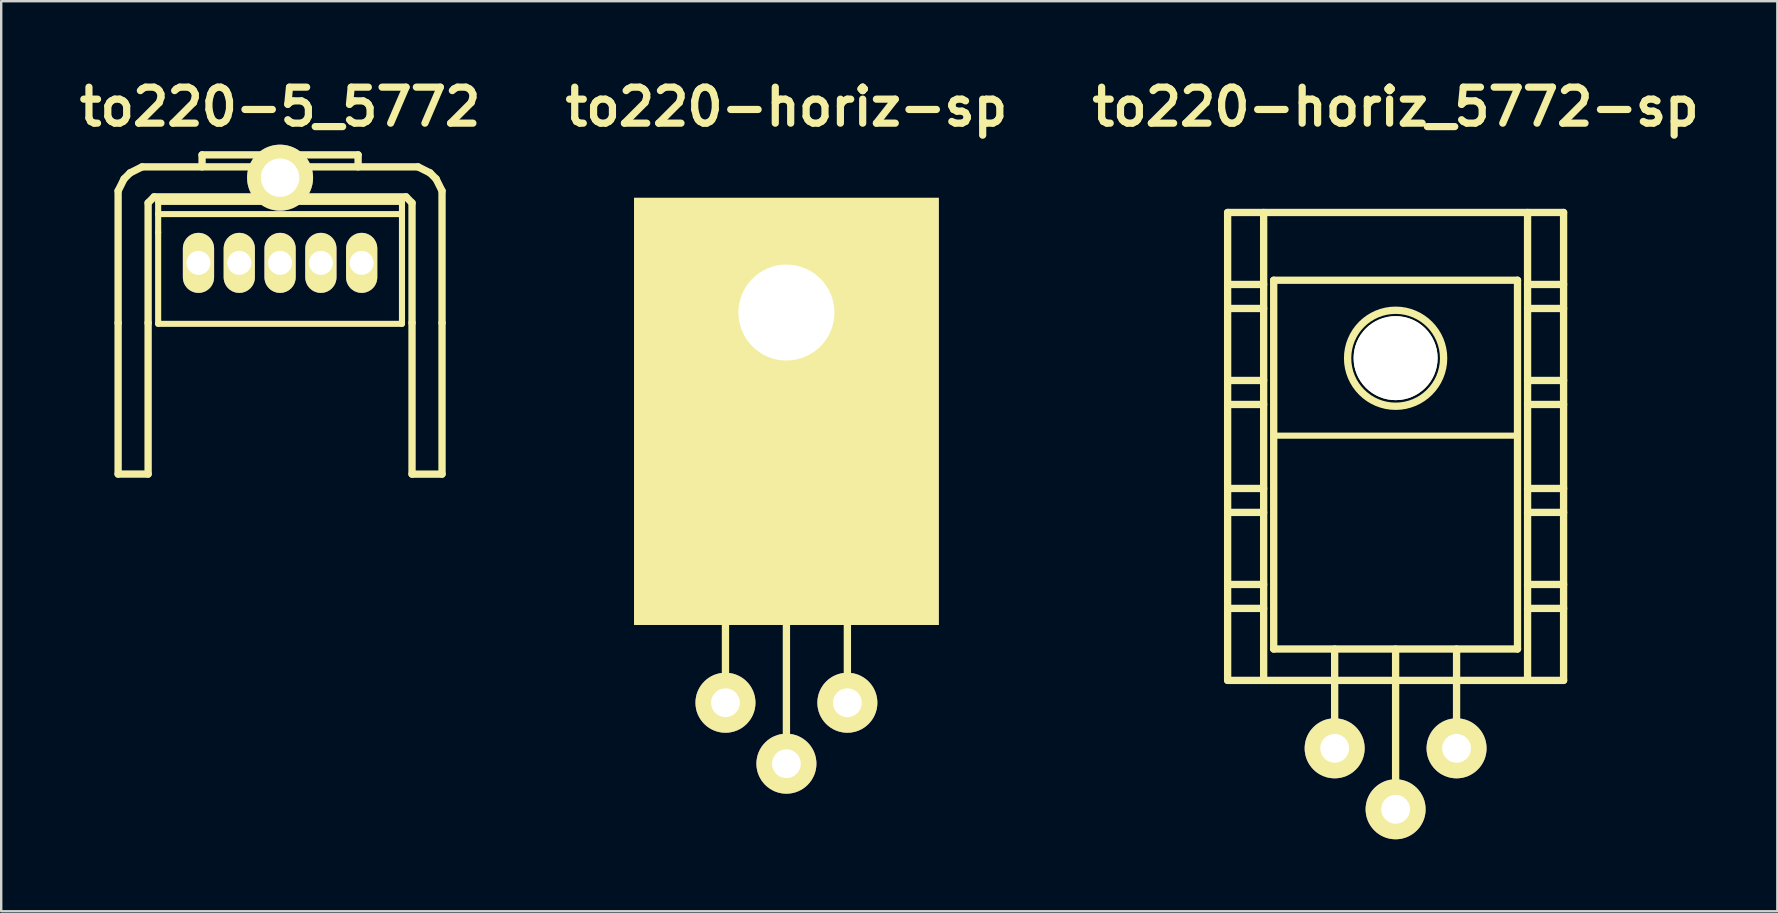
<source format=kicad_pcb>
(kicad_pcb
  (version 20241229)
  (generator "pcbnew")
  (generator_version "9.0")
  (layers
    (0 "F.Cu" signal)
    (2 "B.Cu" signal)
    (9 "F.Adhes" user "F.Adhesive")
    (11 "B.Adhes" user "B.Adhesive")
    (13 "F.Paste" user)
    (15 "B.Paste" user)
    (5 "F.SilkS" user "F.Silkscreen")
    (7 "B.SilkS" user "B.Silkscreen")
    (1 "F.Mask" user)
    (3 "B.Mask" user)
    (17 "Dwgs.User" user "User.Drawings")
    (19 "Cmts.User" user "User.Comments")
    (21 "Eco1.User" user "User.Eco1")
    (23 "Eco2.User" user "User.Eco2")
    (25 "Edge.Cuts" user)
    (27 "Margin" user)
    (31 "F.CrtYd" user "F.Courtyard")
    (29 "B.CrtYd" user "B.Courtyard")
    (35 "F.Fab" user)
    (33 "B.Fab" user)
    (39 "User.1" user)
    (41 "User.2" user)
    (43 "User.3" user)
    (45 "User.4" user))
  (footprint "to220-5_5772"
    (layer "F.Cu")
    (at 8.621 7.904)
    (property "Reference" "to220-5_5772" (at 0 -6.5 0) (layer "F.SilkS") (effects (font (size 1.5 1.5) (thickness 0.3))))
    (attr through_hole)
    (fp_line (start -6.749 -3) (end -6.5 -3.5) (stroke (width 0.305) (type solid)) (layer "F.SilkS"))
    (fp_line (start -6.749 2.499) (end -6.749 -3) (stroke (width 0.305) (type solid)) (layer "F.SilkS"))
    (fp_line (start -6.749 2.499) (end -6.749 8.801) (stroke (width 0.305) (type solid)) (layer "F.SilkS"))
    (fp_line (start -6.5 -3.5) (end -6.251 -3.749) (stroke (width 0.305) (type solid)) (layer "F.SilkS"))
    (fp_line (start -6.251 -3.749) (end -5.751 -4) (stroke (width 0.305) (type solid)) (layer "F.SilkS"))
    (fp_line (start -5.499 -2.499) (end -5.25 -2.751) (stroke (width 0.305) (type solid)) (layer "F.SilkS"))
    (fp_line (start -5.499 2.499) (end -5.499 -2.499) (stroke (width 0.305) (type solid)) (layer "F.SilkS"))
    (fp_line (start -5.499 8.801) (end -6.749 8.801) (stroke (width 0.305) (type solid)) (layer "F.SilkS"))
    (fp_line (start -5.499 8.801) (end -5.499 2.499) (stroke (width 0.305) (type solid)) (layer "F.SilkS"))
    (fp_line (start -5.25 -2.751) (end 5.25 -2.751) (stroke (width 0.305) (type solid)) (layer "F.SilkS"))
    (fp_line (start -5.08 -2.54) (end -5.08 -1.27) (stroke (width 0.254) (type solid)) (layer "F.SilkS"))
    (fp_line (start -5.08 -2.032) (end 5.08 -2.032) (stroke (width 0.254) (type solid)) (layer "F.SilkS"))
    (fp_line (start -5.08 -1.27) (end -5.08 2.54) (stroke (width 0.254) (type solid)) (layer "F.SilkS"))
    (fp_line (start -5.08 2.54) (end 5.08 2.54) (stroke (width 0.254) (type solid)) (layer "F.SilkS"))
    (fp_line (start -3.251 -4.501) (end 3.251 -4.501) (stroke (width 0.305) (type solid)) (layer "F.SilkS"))
    (fp_line (start -3.251 -4) (end -3.251 -4.501) (stroke (width 0.305) (type solid)) (layer "F.SilkS"))
    (fp_line (start 3.251 -4.501) (end 3.251 -4) (stroke (width 0.305) (type solid)) (layer "F.SilkS"))
    (fp_line (start 5.08 -2.54) (end -5.08 -2.54) (stroke (width 0.254) (type solid)) (layer "F.SilkS"))
    (fp_line (start 5.08 2.54) (end 5.08 -2.54) (stroke (width 0.254) (type solid)) (layer "F.SilkS"))
    (fp_line (start 5.25 -2.751) (end 5.499 -2.499) (stroke (width 0.305) (type solid)) (layer "F.SilkS"))
    (fp_line (start 5.499 2.499) (end 5.499 -2.499) (stroke (width 0.305) (type solid)) (layer "F.SilkS"))
    (fp_line (start 5.499 8.801) (end 5.499 2.499) (stroke (width 0.305) (type solid)) (layer "F.SilkS"))
    (fp_line (start 5.751 -4) (end -5.751 -4) (stroke (width 0.305) (type solid)) (layer "F.SilkS"))
    (fp_line (start 5.751 -4) (end 6.251 -3.749) (stroke (width 0.305) (type solid)) (layer "F.SilkS"))
    (fp_line (start 6.251 -3.749) (end 6.5 -3.5) (stroke (width 0.305) (type solid)) (layer "F.SilkS"))
    (fp_line (start 6.5 -3.5) (end 6.749 -3) (stroke (width 0.305) (type solid)) (layer "F.SilkS"))
    (fp_line (start 6.749 2.499) (end 6.749 -3) (stroke (width 0.305) (type solid)) (layer "F.SilkS"))
    (fp_line (start 6.749 2.499) (end 6.749 8.801) (stroke (width 0.305) (type solid)) (layer "F.SilkS"))
    (fp_line (start 6.749 8.804) (end 5.499 8.804) (stroke (width 0.305) (type solid)) (layer "F.SilkS"))
    (pad "" thru_hole circle (at 0 -3.55) (size 2.75 2.75) (drill 1.6) (layers "*.Cu" "*.Mask" "F.SilkS"))
    (pad "1" thru_hole oval (at 3.4 0) (size 1.3 2.5) (drill 1) (layers "*.Cu" "*.Mask" "F.SilkS"))
    (pad "2" thru_hole oval (at 1.7 0) (size 1.3 2.5) (drill 1) (layers "*.Cu" "*.Mask" "F.SilkS"))
    (pad "3" thru_hole oval (at 0 0) (size 1.3 2.5) (drill 1) (layers "*.Cu" "*.Mask" "F.SilkS"))
    (pad "4" thru_hole oval (at -1.7 0) (size 1.3 2.5) (drill 1) (layers "*.Cu" "*.Mask" "F.SilkS"))
    (pad "5" thru_hole oval (at -3.4 0) (size 1.3 2.5) (drill 1) (layers "*.Cu" "*.Mask" "F.SilkS")))
  (footprint "to220-horiz_5772-sp"
    (layer "F.Cu")
    (at 55.107 19.804)
    (property "Reference" "to220-horiz_5772-sp" (at 0 -18.4 0) (layer "F.SilkS") (effects (font (size 1.5 1.5) (thickness 0.3))))
    (attr through_hole)
    (fp_line (start -7 -14) (end -7 5.499) (stroke (width 0.305) (type solid)) (layer "F.SilkS"))
    (fp_line (start -7 -11.001) (end -5.499 -11.001) (stroke (width 0.305) (type solid)) (layer "F.SilkS"))
    (fp_line (start -7 -10) (end -5.499 -10) (stroke (width 0.305) (type solid)) (layer "F.SilkS"))
    (fp_line (start -7 -7) (end -5.499 -7) (stroke (width 0.305) (type solid)) (layer "F.SilkS"))
    (fp_line (start -7 -5.999) (end -5.499 -5.999) (stroke (width 0.305) (type solid)) (layer "F.SilkS"))
    (fp_line (start -7 -2.499) (end -5.499 -2.499) (stroke (width 0.305) (type solid)) (layer "F.SilkS"))
    (fp_line (start -7 -1.501) (end -5.499 -1.501) (stroke (width 0.305) (type solid)) (layer "F.SilkS"))
    (fp_line (start -7 1.501) (end -5.499 1.501) (stroke (width 0.305) (type solid)) (layer "F.SilkS"))
    (fp_line (start -7 2.499) (end -5.499 2.499) (stroke (width 0.305) (type solid)) (layer "F.SilkS"))
    (fp_line (start -7 5.499) (end 7 5.499) (stroke (width 0.305) (type solid)) (layer "F.SilkS"))
    (fp_line (start -5.499 5.499) (end -5.499 -14) (stroke (width 0.305) (type solid)) (layer "F.SilkS"))
    (fp_line (start -5.08 -11.176) (end -5.08 4.191) (stroke (width 0.305) (type solid)) (layer "F.SilkS"))
    (fp_line (start -5.08 4.191) (end 5.08 4.191) (stroke (width 0.305) (type solid)) (layer "F.SilkS"))
    (fp_line (start -2.54 8.382) (end -2.54 4.191) (stroke (width 0.305) (type solid)) (layer "F.SilkS"))
    (fp_line (start 0 4.191) (end 0 10.922) (stroke (width 0.305) (type solid)) (layer "F.SilkS"))
    (fp_line (start 2.54 8.382) (end 2.54 4.191) (stroke (width 0.305) (type solid)) (layer "F.SilkS"))
    (fp_line (start 5.08 -11.176) (end -5.08 -11.176) (stroke (width 0.305) (type solid)) (layer "F.SilkS"))
    (fp_line (start 5.08 -4.699) (end -5.08 -4.699) (stroke (width 0.254) (type solid)) (layer "F.SilkS"))
    (fp_line (start 5.08 4.191) (end 5.08 -11.176) (stroke (width 0.305) (type solid)) (layer "F.SilkS"))
    (fp_line (start 5.499 -14) (end 5.499 5.499) (stroke (width 0.305) (type solid)) (layer "F.SilkS"))
    (fp_line (start 5.499 -11.001) (end 7 -11.001) (stroke (width 0.305) (type solid)) (layer "F.SilkS"))
    (fp_line (start 5.499 -10) (end 7 -10) (stroke (width 0.305) (type solid)) (layer "F.SilkS"))
    (fp_line (start 5.499 -7) (end 7 -7) (stroke (width 0.305) (type solid)) (layer "F.SilkS"))
    (fp_line (start 5.499 -5.999) (end 7 -5.999) (stroke (width 0.305) (type solid)) (layer "F.SilkS"))
    (fp_line (start 5.499 -2.499) (end 7 -2.499) (stroke (width 0.305) (type solid)) (layer "F.SilkS"))
    (fp_line (start 5.499 -1.501) (end 7 -1.501) (stroke (width 0.305) (type solid)) (layer "F.SilkS"))
    (fp_line (start 5.499 1.501) (end 7 1.501) (stroke (width 0.305) (type solid)) (layer "F.SilkS"))
    (fp_line (start 5.499 2.499) (end 7 2.499) (stroke (width 0.305) (type solid)) (layer "F.SilkS"))
    (fp_line (start 7 -14) (end -7 -14) (stroke (width 0.305) (type solid)) (layer "F.SilkS"))
    (fp_line (start 7 5.499) (end 7 -14) (stroke (width 0.305) (type solid)) (layer "F.SilkS"))
    (fp_circle (center 0 -7.925) (end -1.999 -8.001) (stroke (width 0.305) (type solid)) (fill no) (layer "F.SilkS"))
    (pad "" np_thru_hole circle (at 0 -7.93) (size 3.5 3.5) (drill 3.5) (layers "*.Cu" "*.Mask" "F.SilkS"))
    (pad "1" thru_hole circle (at -2.54 8.33) (size 2.5 2.5) (drill 1.2) (layers "*.Cu" "*.Mask" "F.SilkS"))
    (pad "2" thru_hole circle (at 0 10.87) (size 2.5 2.5) (drill 1.2) (layers "*.Cu" "*.Mask" "F.SilkS"))
    (pad "3" thru_hole circle (at 2.54 8.33) (size 2.5 2.5) (drill 1.2) (layers "*.Cu" "*.Mask" "F.SilkS")))
  (footprint "to220-horiz-sp"
    (layer "F.Cu")
    (at 29.721 17.904)
    (property "Reference" "to220-horiz-sp" (at 0 -16.5 0) (layer "F.SilkS") (effects (font (size 1.5 1.5) (thickness 0.3))))
    (attr through_hole)
    (fp_line (start -5.08 -11.176) (end -5.08 4.191) (stroke (width 0.305) (type solid)) (layer "F.SilkS"))
    (fp_line (start -5.08 4.191) (end 5.08 4.191) (stroke (width 0.305) (type solid)) (layer "F.SilkS"))
    (fp_line (start -2.54 8.382) (end -2.54 4.191) (stroke (width 0.305) (type solid)) (layer "F.SilkS"))
    (fp_line (start 0 4.191) (end 0 10.922) (stroke (width 0.305) (type solid)) (layer "F.SilkS"))
    (fp_line (start 2.54 8.382) (end 2.54 4.191) (stroke (width 0.305) (type solid)) (layer "F.SilkS"))
    (fp_line (start 5.08 -11.176) (end -5.08 -11.176) (stroke (width 0.305) (type solid)) (layer "F.SilkS"))
    (fp_line (start 5.08 -4.699) (end -5.08 -4.699) (stroke (width 0.254) (type solid)) (layer "F.SilkS"))
    (fp_line (start 5.08 4.191) (end 5.08 -11.176) (stroke (width 0.305) (type solid)) (layer "F.SilkS"))
    (pad "1" thru_hole circle (at -2.54 8.33) (size 2.5 2.5) (drill 1.2) (layers "*.Cu" "*.Mask" "F.SilkS"))
    (pad "2" thru_hole circle (at 0 10.87) (size 2.5 2.5) (drill 1.2) (layers "*.Cu" "*.Mask" "F.SilkS"))
    (pad "3" thru_hole circle (at 2.54 8.33) (size 2.5 2.5) (drill 1.2) (layers "*.Cu" "*.Mask" "F.SilkS"))
    (pad "4" thru_hole rect (at 0 -7.93) (size 12.7 17.8) (drill 4 (offset 0 4.12)) (layers "F.Cu" "F.Mask" "F.SilkS")))
  (gr_rect
    (start -3 -3)
    (end 71.014 34.924)
    (stroke (width 0.1) (type default))
    (fill no)
    (layer "Edge.Cuts")))
</source>
